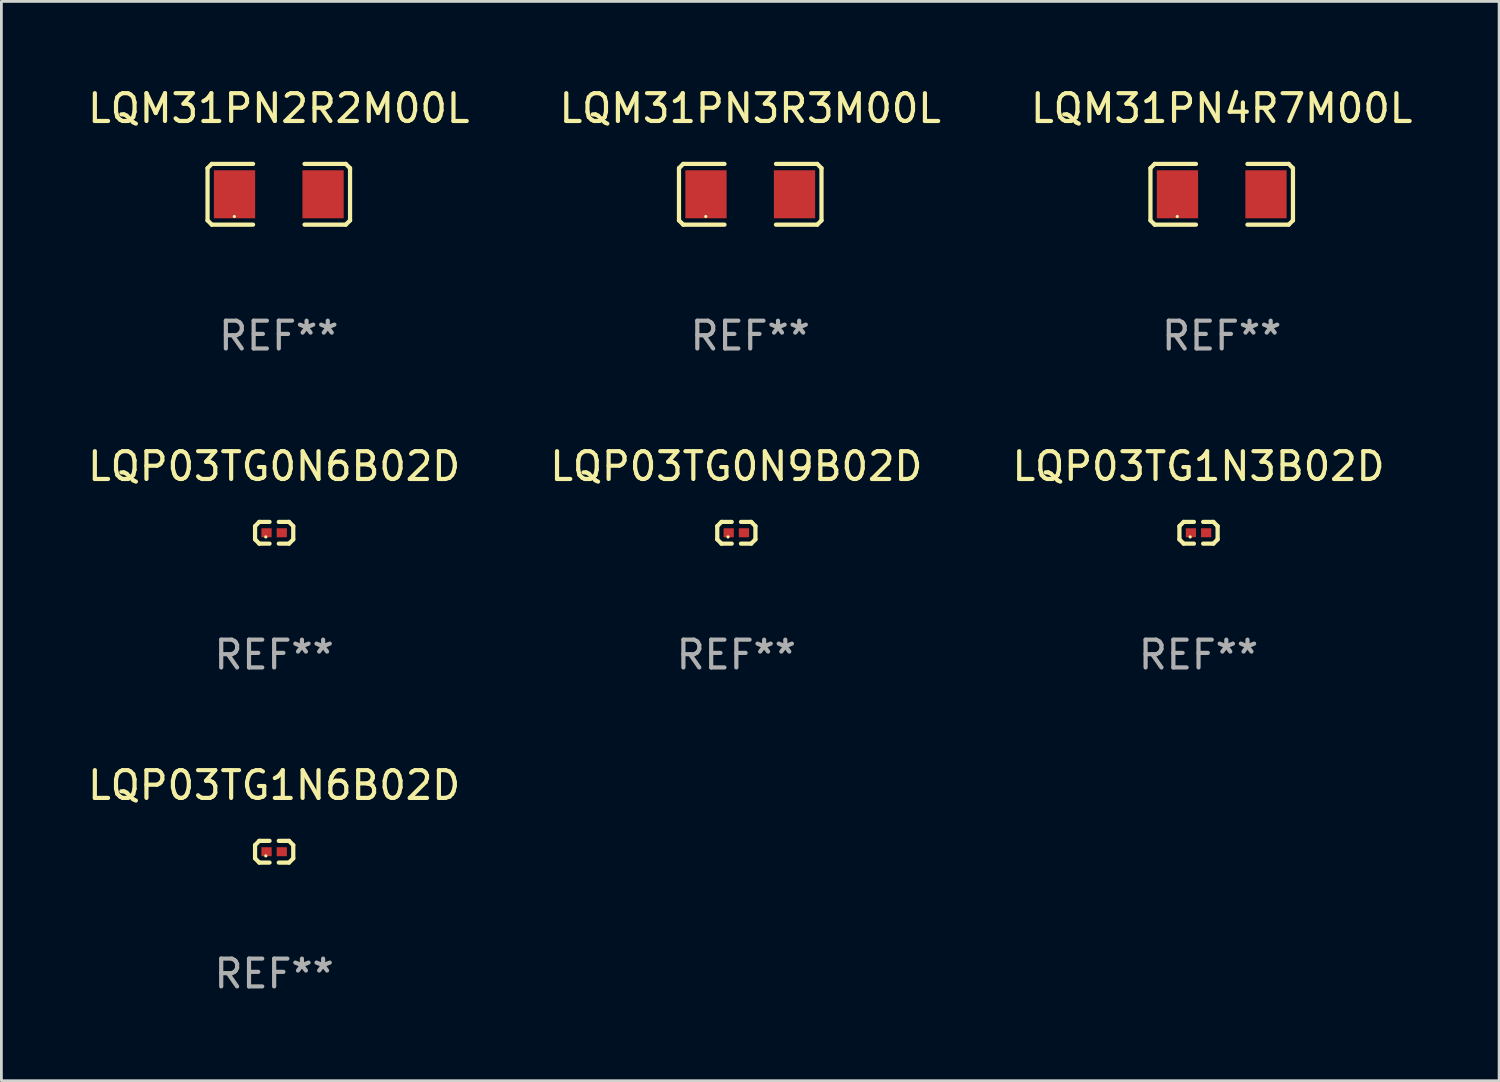
<source format=kicad_pcb>
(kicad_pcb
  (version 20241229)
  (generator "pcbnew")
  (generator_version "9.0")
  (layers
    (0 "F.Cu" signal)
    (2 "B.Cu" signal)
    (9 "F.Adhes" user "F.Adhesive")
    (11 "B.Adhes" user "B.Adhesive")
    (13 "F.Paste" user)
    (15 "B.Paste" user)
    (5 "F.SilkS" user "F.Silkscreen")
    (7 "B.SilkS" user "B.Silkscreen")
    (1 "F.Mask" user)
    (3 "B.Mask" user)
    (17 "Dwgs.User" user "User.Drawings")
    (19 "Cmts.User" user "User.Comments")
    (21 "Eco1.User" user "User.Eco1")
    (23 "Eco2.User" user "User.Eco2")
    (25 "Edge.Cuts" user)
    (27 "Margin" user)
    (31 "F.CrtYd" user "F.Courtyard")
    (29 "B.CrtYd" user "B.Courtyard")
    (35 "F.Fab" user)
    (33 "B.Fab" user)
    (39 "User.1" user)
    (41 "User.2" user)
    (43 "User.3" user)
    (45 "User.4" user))
  (footprint "LQM31PN3R3M00L"
    (layer "F.Cu")
    (at 23.946 3.941)
    (property "Reference" "LQM31PN3R3M00L" (at 0 -3.093 0) (layer "F.SilkS") (effects (font (size 1 1) (thickness 0.15))))
    (attr through_hole)
    (fp_line (start -2.564 -0.94) (end -2.411 -1.093) (stroke (width 0.152) (type solid)) (layer "F.SilkS"))
    (fp_line (start -2.564 0.94) (end -2.564 -0.94) (stroke (width 0.152) (type solid)) (layer "F.SilkS"))
    (fp_line (start -2.411 -1.093) (end -0.926 -1.093) (stroke (width 0.152) (type solid)) (layer "F.SilkS"))
    (fp_line (start -2.411 1.093) (end -2.564 0.94) (stroke (width 0.152) (type solid)) (layer "F.SilkS"))
    (fp_line (start -0.926 1.093) (end -2.411 1.093) (stroke (width 0.152) (type solid)) (layer "F.SilkS"))
    (fp_line (start 0.926 1.093) (end 2.411 1.093) (stroke (width 0.152) (type solid)) (layer "F.SilkS"))
    (fp_line (start 2.411 -1.093) (end 0.926 -1.093) (stroke (width 0.152) (type solid)) (layer "F.SilkS"))
    (fp_line (start 2.411 1.093) (end 2.564 0.94) (stroke (width 0.152) (type solid)) (layer "F.SilkS"))
    (fp_line (start 2.564 -0.94) (end 2.411 -1.093) (stroke (width 0.152) (type solid)) (layer "F.SilkS"))
    (fp_line (start 2.564 0.94) (end 2.564 -0.94) (stroke (width 0.152) (type solid)) (layer "F.SilkS"))
    (fp_circle (center -1.6 0.8) (end -1.57 0.8) (stroke (width 0.06) (type solid)) (fill no) (layer "F.SilkS"))
    (fp_text user "REF**" (at 0 5.093 0) (layer "F.Fab") (effects (font (size 1 1) (thickness 0.15))))
    (pad "1" smd rect (at -1.593 0) (size 1.485 1.728) (layers "F.Cu" "F.Mask" "F.Paste"))
    (pad "2" smd rect (at 1.593 0) (size 1.485 1.728) (layers "F.Cu" "F.Mask" "F.Paste")))
  (footprint "LQM31PN2R2M00L"
    (layer "F.Cu")
    (at 6.982 3.941)
    (property "Reference" "LQM31PN2R2M00L" (at 0 -3.093 0) (layer "F.SilkS") (effects (font (size 1 1) (thickness 0.15))))
    (attr through_hole)
    (fp_line (start -2.564 -0.94) (end -2.411 -1.093) (stroke (width 0.152) (type solid)) (layer "F.SilkS"))
    (fp_line (start -2.564 0.94) (end -2.564 -0.94) (stroke (width 0.152) (type solid)) (layer "F.SilkS"))
    (fp_line (start -2.411 -1.093) (end -0.926 -1.093) (stroke (width 0.152) (type solid)) (layer "F.SilkS"))
    (fp_line (start -2.411 1.093) (end -2.564 0.94) (stroke (width 0.152) (type solid)) (layer "F.SilkS"))
    (fp_line (start -0.926 1.093) (end -2.411 1.093) (stroke (width 0.152) (type solid)) (layer "F.SilkS"))
    (fp_line (start 0.926 1.093) (end 2.411 1.093) (stroke (width 0.152) (type solid)) (layer "F.SilkS"))
    (fp_line (start 2.411 -1.093) (end 0.926 -1.093) (stroke (width 0.152) (type solid)) (layer "F.SilkS"))
    (fp_line (start 2.411 1.093) (end 2.564 0.94) (stroke (width 0.152) (type solid)) (layer "F.SilkS"))
    (fp_line (start 2.564 -0.94) (end 2.411 -1.093) (stroke (width 0.152) (type solid)) (layer "F.SilkS"))
    (fp_line (start 2.564 0.94) (end 2.564 -0.94) (stroke (width 0.152) (type solid)) (layer "F.SilkS"))
    (fp_circle (center -1.6 0.8) (end -1.57 0.8) (stroke (width 0.06) (type solid)) (fill no) (layer "F.SilkS"))
    (fp_text user "REF**" (at 0 5.093 0) (layer "F.Fab") (effects (font (size 1 1) (thickness 0.15))))
    (pad "1" smd rect (at -1.593 0) (size 1.485 1.728) (layers "F.Cu" "F.Mask" "F.Paste"))
    (pad "2" smd rect (at 1.593 0) (size 1.485 1.728) (layers "F.Cu" "F.Mask" "F.Paste")))
  (footprint "LQP03TG0N6B02D"
    (layer "F.Cu")
    (at 6.815 16.121)
    (property "Reference" "LQP03TG0N6B02D" (at 0 -2.391 0) (layer "F.SilkS") (effects (font (size 1 1) (thickness 0.15))))
    (attr through_hole)
    (fp_line (start -0.687 -0.238) (end -0.535 -0.391) (stroke (width 0.152) (type solid)) (layer "F.SilkS"))
    (fp_line (start -0.687 0.238) (end -0.687 -0.238) (stroke (width 0.152) (type solid)) (layer "F.SilkS"))
    (fp_line (start -0.535 -0.391) (end -0.166 -0.391) (stroke (width 0.152) (type solid)) (layer "F.SilkS"))
    (fp_line (start -0.535 0.391) (end -0.687 0.238) (stroke (width 0.152) (type solid)) (layer "F.SilkS"))
    (fp_line (start -0.166 0.391) (end -0.535 0.391) (stroke (width 0.152) (type solid)) (layer "F.SilkS"))
    (fp_line (start 0.166 0.391) (end 0.535 0.391) (stroke (width 0.152) (type solid)) (layer "F.SilkS"))
    (fp_line (start 0.535 -0.391) (end 0.166 -0.391) (stroke (width 0.152) (type solid)) (layer "F.SilkS"))
    (fp_line (start 0.535 0.391) (end 0.687 0.238) (stroke (width 0.152) (type solid)) (layer "F.SilkS"))
    (fp_line (start 0.687 -0.238) (end 0.535 -0.391) (stroke (width 0.152) (type solid)) (layer "F.SilkS"))
    (fp_line (start 0.687 0.238) (end 0.687 -0.238) (stroke (width 0.152) (type solid)) (layer "F.SilkS"))
    (fp_circle (center -0.3 0.15) (end -0.27 0.15) (stroke (width 0.06) (type solid)) (fill no) (layer "F.SilkS"))
    (fp_text user "REF**" (at 0 4.391 0) (layer "F.Fab") (effects (font (size 1 1) (thickness 0.15))))
    (pad "1" smd rect (at -0.274 0) (size 0.368 0.324) (layers "F.Cu" "F.Mask" "F.Paste"))
    (pad "2" smd rect (at 0.274 0) (size 0.368 0.324) (layers "F.Cu" "F.Mask" "F.Paste")))
  (footprint "LQP03TG1N3B02D"
    (layer "F.Cu")
    (at 40.077 16.121)
    (property "Reference" "LQP03TG1N3B02D" (at 0 -2.391 0) (layer "F.SilkS") (effects (font (size 1 1) (thickness 0.15))))
    (attr through_hole)
    (fp_line (start -0.687 -0.238) (end -0.535 -0.391) (stroke (width 0.152) (type solid)) (layer "F.SilkS"))
    (fp_line (start -0.687 0.238) (end -0.687 -0.238) (stroke (width 0.152) (type solid)) (layer "F.SilkS"))
    (fp_line (start -0.535 -0.391) (end -0.166 -0.391) (stroke (width 0.152) (type solid)) (layer "F.SilkS"))
    (fp_line (start -0.535 0.391) (end -0.687 0.238) (stroke (width 0.152) (type solid)) (layer "F.SilkS"))
    (fp_line (start -0.166 0.391) (end -0.535 0.391) (stroke (width 0.152) (type solid)) (layer "F.SilkS"))
    (fp_line (start 0.166 0.391) (end 0.535 0.391) (stroke (width 0.152) (type solid)) (layer "F.SilkS"))
    (fp_line (start 0.535 -0.391) (end 0.166 -0.391) (stroke (width 0.152) (type solid)) (layer "F.SilkS"))
    (fp_line (start 0.535 0.391) (end 0.687 0.238) (stroke (width 0.152) (type solid)) (layer "F.SilkS"))
    (fp_line (start 0.687 -0.238) (end 0.535 -0.391) (stroke (width 0.152) (type solid)) (layer "F.SilkS"))
    (fp_line (start 0.687 0.238) (end 0.687 -0.238) (stroke (width 0.152) (type solid)) (layer "F.SilkS"))
    (fp_circle (center -0.3 0.15) (end -0.27 0.15) (stroke (width 0.06) (type solid)) (fill no) (layer "F.SilkS"))
    (fp_text user "REF**" (at 0 4.391 0) (layer "F.Fab") (effects (font (size 1 1) (thickness 0.15))))
    (pad "1" smd rect (at -0.274 0) (size 0.368 0.324) (layers "F.Cu" "F.Mask" "F.Paste"))
    (pad "2" smd rect (at 0.274 0) (size 0.368 0.324) (layers "F.Cu" "F.Mask" "F.Paste")))
  (footprint "LQP03TG0N9B02D"
    (layer "F.Cu")
    (at 23.446 16.121)
    (property "Reference" "LQP03TG0N9B02D" (at 0 -2.391 0) (layer "F.SilkS") (effects (font (size 1 1) (thickness 0.15))))
    (attr through_hole)
    (fp_line (start -0.687 -0.238) (end -0.535 -0.391) (stroke (width 0.152) (type solid)) (layer "F.SilkS"))
    (fp_line (start -0.687 0.238) (end -0.687 -0.238) (stroke (width 0.152) (type solid)) (layer "F.SilkS"))
    (fp_line (start -0.535 -0.391) (end -0.166 -0.391) (stroke (width 0.152) (type solid)) (layer "F.SilkS"))
    (fp_line (start -0.535 0.391) (end -0.687 0.238) (stroke (width 0.152) (type solid)) (layer "F.SilkS"))
    (fp_line (start -0.166 0.391) (end -0.535 0.391) (stroke (width 0.152) (type solid)) (layer "F.SilkS"))
    (fp_line (start 0.166 0.391) (end 0.535 0.391) (stroke (width 0.152) (type solid)) (layer "F.SilkS"))
    (fp_line (start 0.535 -0.391) (end 0.166 -0.391) (stroke (width 0.152) (type solid)) (layer "F.SilkS"))
    (fp_line (start 0.535 0.391) (end 0.687 0.238) (stroke (width 0.152) (type solid)) (layer "F.SilkS"))
    (fp_line (start 0.687 -0.238) (end 0.535 -0.391) (stroke (width 0.152) (type solid)) (layer "F.SilkS"))
    (fp_line (start 0.687 0.238) (end 0.687 -0.238) (stroke (width 0.152) (type solid)) (layer "F.SilkS"))
    (fp_circle (center -0.3 0.15) (end -0.27 0.15) (stroke (width 0.06) (type solid)) (fill no) (layer "F.SilkS"))
    (fp_text user "REF**" (at 0 4.391 0) (layer "F.Fab") (effects (font (size 1 1) (thickness 0.15))))
    (pad "1" smd rect (at -0.274 0) (size 0.368 0.324) (layers "F.Cu" "F.Mask" "F.Paste"))
    (pad "2" smd rect (at 0.274 0) (size 0.368 0.324) (layers "F.Cu" "F.Mask" "F.Paste")))
  (footprint "LQP03TG1N6B02D"
    (layer "F.Cu")
    (at 6.815 27.598)
    (property "Reference" "LQP03TG1N6B02D" (at 0 -2.391 0) (layer "F.SilkS") (effects (font (size 1 1) (thickness 0.15))))
    (attr through_hole)
    (fp_line (start -0.687 -0.238) (end -0.535 -0.391) (stroke (width 0.152) (type solid)) (layer "F.SilkS"))
    (fp_line (start -0.687 0.238) (end -0.687 -0.238) (stroke (width 0.152) (type solid)) (layer "F.SilkS"))
    (fp_line (start -0.535 -0.391) (end -0.166 -0.391) (stroke (width 0.152) (type solid)) (layer "F.SilkS"))
    (fp_line (start -0.535 0.391) (end -0.687 0.238) (stroke (width 0.152) (type solid)) (layer "F.SilkS"))
    (fp_line (start -0.166 0.391) (end -0.535 0.391) (stroke (width 0.152) (type solid)) (layer "F.SilkS"))
    (fp_line (start 0.166 0.391) (end 0.535 0.391) (stroke (width 0.152) (type solid)) (layer "F.SilkS"))
    (fp_line (start 0.535 -0.391) (end 0.166 -0.391) (stroke (width 0.152) (type solid)) (layer "F.SilkS"))
    (fp_line (start 0.535 0.391) (end 0.687 0.238) (stroke (width 0.152) (type solid)) (layer "F.SilkS"))
    (fp_line (start 0.687 -0.238) (end 0.535 -0.391) (stroke (width 0.152) (type solid)) (layer "F.SilkS"))
    (fp_line (start 0.687 0.238) (end 0.687 -0.238) (stroke (width 0.152) (type solid)) (layer "F.SilkS"))
    (fp_circle (center -0.3 0.15) (end -0.27 0.15) (stroke (width 0.06) (type solid)) (fill no) (layer "F.SilkS"))
    (fp_text user "REF**" (at 0 4.391 0) (layer "F.Fab") (effects (font (size 1 1) (thickness 0.15))))
    (pad "1" smd rect (at -0.274 0) (size 0.368 0.324) (layers "F.Cu" "F.Mask" "F.Paste"))
    (pad "2" smd rect (at 0.274 0) (size 0.368 0.324) (layers "F.Cu" "F.Mask" "F.Paste")))
  (footprint "LQM31PN4R7M00L"
    (layer "F.Cu")
    (at 40.911 3.941)
    (property "Reference" "LQM31PN4R7M00L" (at 0 -3.093 0) (layer "F.SilkS") (effects (font (size 1 1) (thickness 0.15))))
    (attr through_hole)
    (fp_line (start -2.564 -0.94) (end -2.411 -1.093) (stroke (width 0.152) (type solid)) (layer "F.SilkS"))
    (fp_line (start -2.564 0.94) (end -2.564 -0.94) (stroke (width 0.152) (type solid)) (layer "F.SilkS"))
    (fp_line (start -2.411 -1.093) (end -0.926 -1.093) (stroke (width 0.152) (type solid)) (layer "F.SilkS"))
    (fp_line (start -2.411 1.093) (end -2.564 0.94) (stroke (width 0.152) (type solid)) (layer "F.SilkS"))
    (fp_line (start -0.926 1.093) (end -2.411 1.093) (stroke (width 0.152) (type solid)) (layer "F.SilkS"))
    (fp_line (start 0.926 1.093) (end 2.411 1.093) (stroke (width 0.152) (type solid)) (layer "F.SilkS"))
    (fp_line (start 2.411 -1.093) (end 0.926 -1.093) (stroke (width 0.152) (type solid)) (layer "F.SilkS"))
    (fp_line (start 2.411 1.093) (end 2.564 0.94) (stroke (width 0.152) (type solid)) (layer "F.SilkS"))
    (fp_line (start 2.564 -0.94) (end 2.411 -1.093) (stroke (width 0.152) (type solid)) (layer "F.SilkS"))
    (fp_line (start 2.564 0.94) (end 2.564 -0.94) (stroke (width 0.152) (type solid)) (layer "F.SilkS"))
    (fp_circle (center -1.6 0.8) (end -1.57 0.8) (stroke (width 0.06) (type solid)) (fill no) (layer "F.SilkS"))
    (fp_text user "REF**" (at 0 5.093 0) (layer "F.Fab") (effects (font (size 1 1) (thickness 0.15))))
    (pad "1" smd rect (at -1.593 0) (size 1.485 1.728) (layers "F.Cu" "F.Mask" "F.Paste"))
    (pad "2" smd rect (at 1.593 0) (size 1.485 1.728) (layers "F.Cu" "F.Mask" "F.Paste")))
  (gr_rect
    (start -3 -3)
    (end 50.893 35.837)
    (stroke (width 0.1) (type default))
    (fill no)
    (layer "Edge.Cuts")))
</source>
